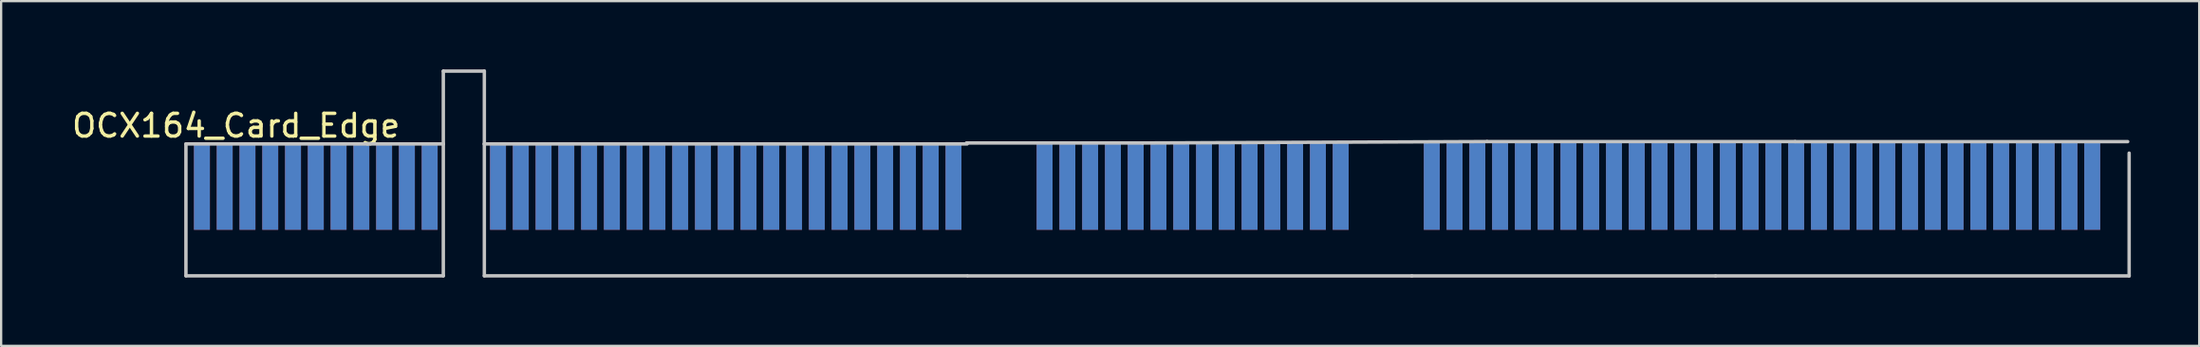
<source format=kicad_pcb>
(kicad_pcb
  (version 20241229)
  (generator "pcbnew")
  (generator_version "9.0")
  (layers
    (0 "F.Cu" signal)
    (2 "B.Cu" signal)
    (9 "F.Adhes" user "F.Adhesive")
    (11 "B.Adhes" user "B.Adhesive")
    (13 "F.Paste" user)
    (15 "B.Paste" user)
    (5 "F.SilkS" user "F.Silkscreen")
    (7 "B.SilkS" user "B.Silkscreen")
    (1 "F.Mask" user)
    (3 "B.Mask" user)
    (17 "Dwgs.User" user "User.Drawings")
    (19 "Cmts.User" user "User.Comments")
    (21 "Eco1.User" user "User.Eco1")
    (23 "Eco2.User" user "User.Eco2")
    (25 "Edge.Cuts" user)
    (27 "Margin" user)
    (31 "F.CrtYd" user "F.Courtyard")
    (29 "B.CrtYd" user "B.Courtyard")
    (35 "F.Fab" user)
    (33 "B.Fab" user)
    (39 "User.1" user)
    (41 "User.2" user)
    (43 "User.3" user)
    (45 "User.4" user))
  (footprint "OCX164_Card_Edge"
    (layer "F.Cu")
    (at 5.815 5.775)
    (property "Reference" "OCX164_Card_Edge" (at 1.5 -3.3 0) (layer "F.SilkS") (effects (font (size 1 1) (thickness 0.15))))
    (attr through_hole)
    (fp_line (start -0.701 -2.499) (end 10.6 -2.499) (stroke (width 0.15) (type solid)) (layer "Dwgs.User"))
    (fp_line (start -0.701 3.299) (end -0.701 -2.499) (stroke (width 0.15) (type solid)) (layer "Dwgs.User"))
    (fp_line (start 10.6 -5.7) (end 12.401 -5.7) (stroke (width 0.15) (type solid)) (layer "Dwgs.User"))
    (fp_line (start 10.6 -2.499) (end 10.6 -5.7) (stroke (width 0.15) (type solid)) (layer "Dwgs.User"))
    (fp_line (start 10.6 -2.499) (end 10.6 3.299) (stroke (width 0.15) (type solid)) (layer "Dwgs.User"))
    (fp_line (start 10.6 3.299) (end -0.701 3.299) (stroke (width 0.15) (type solid)) (layer "Dwgs.User"))
    (fp_line (start 12.401 -5.7) (end 12.401 -2.499) (stroke (width 0.15) (type solid)) (layer "Dwgs.User"))
    (fp_line (start 12.401 -2.499) (end 12.401 3.299) (stroke (width 0.15) (type solid)) (layer "Dwgs.User"))
    (fp_line (start 12.401 3.299) (end 33.6 3.299) (stroke (width 0.15) (type solid)) (layer "Dwgs.User"))
    (fp_line (start 33.566 -2.54) (end 41.313 -2.54) (stroke (width 0.15) (type solid)) (layer "Dwgs.User"))
    (fp_line (start 33.6 -2.499) (end 12.401 -2.499) (stroke (width 0.15) (type solid)) (layer "Dwgs.User"))
    (fp_line (start 33.63 3.302) (end 53.124 3.302) (stroke (width 0.15) (type solid)) (layer "Dwgs.User"))
    (fp_line (start 41.313 -2.54) (end 56.426 -2.603) (stroke (width 0.15) (type solid)) (layer "Dwgs.User"))
    (fp_line (start 53.124 3.302) (end 66.46 3.302) (stroke (width 0.15) (type solid)) (layer "Dwgs.User"))
    (fp_line (start 56.426 -2.603) (end 69.952 -2.603) (stroke (width 0.15) (type solid)) (layer "Dwgs.User"))
    (fp_line (start 66.46 3.302) (end 84.621 3.302) (stroke (width 0.15) (type solid)) (layer "Dwgs.User"))
    (fp_line (start 69.952 -2.6) (end 84.557 -2.6) (stroke (width 0.15) (type solid)) (layer "Dwgs.User"))
    (fp_line (start 84.62 3.302) (end 84.62 -2.095) (stroke (width 0.15) (type solid)) (layer "Dwgs.User"))
    (pad "A01" connect rect (at 0 0) (size 0.7 3.85) (drill (offset 0 -0.65)) (layers "B.Cu" "B.Mask"))
    (pad "A02" connect rect (at 1 0) (size 0.7 3.85) (drill (offset 0 -0.65)) (layers "B.Cu" "B.Mask"))
    (pad "A03" connect rect (at 2 0) (size 0.7 3.85) (drill (offset 0 -0.65)) (layers "B.Cu" "B.Mask"))
    (pad "A04" connect rect (at 3 0) (size 0.7 3.85) (drill (offset 0 -0.65)) (layers "B.Cu" "B.Mask"))
    (pad "A05" connect rect (at 4 0) (size 0.7 3.85) (drill (offset 0 -0.65)) (layers "B.Cu" "B.Mask"))
    (pad "A06" connect rect (at 5 0) (size 0.7 3.85) (drill (offset 0 -0.65)) (layers "B.Cu" "B.Mask"))
    (pad "A07" connect rect (at 6 0) (size 0.7 3.85) (drill (offset 0 -0.65)) (layers "B.Cu" "B.Mask"))
    (pad "A08" connect rect (at 7 0) (size 0.7 3.85) (drill (offset 0 -0.65)) (layers "B.Cu" "B.Mask"))
    (pad "A09" connect rect (at 8 0) (size 0.7 3.85) (drill (offset 0 -0.65)) (layers "B.Cu" "B.Mask"))
    (pad "A10" connect rect (at 9 0) (size 0.7 3.85) (drill (offset 0 -0.65)) (layers "B.Cu" "B.Mask"))
    (pad "A11" connect rect (at 10 0) (size 0.7 3.85) (drill (offset 0 -0.65)) (layers "B.Cu" "B.Mask"))
    (pad "A12" connect rect (at 13 0) (size 0.7 3.85) (drill (offset 0 -0.65)) (layers "B.Cu" "B.Mask"))
    (pad "A13" connect rect (at 14 0) (size 0.7 3.85) (drill (offset 0 -0.65)) (layers "B.Cu" "B.Mask"))
    (pad "A14" connect rect (at 15 0) (size 0.7 3.85) (drill (offset 0 -0.65)) (layers "B.Cu" "B.Mask"))
    (pad "A15" connect rect (at 16 0) (size 0.7 3.85) (drill (offset 0 -0.65)) (layers "B.Cu" "B.Mask"))
    (pad "A16" connect rect (at 17 0) (size 0.7 3.85) (drill (offset 0 -0.65)) (layers "B.Cu" "B.Mask"))
    (pad "A17" connect rect (at 18 0) (size 0.7 3.85) (drill (offset 0 -0.65)) (layers "B.Cu" "B.Mask"))
    (pad "A18" connect rect (at 19 0) (size 0.7 3.85) (drill (offset 0 -0.65)) (layers "B.Cu" "B.Mask"))
    (pad "A19" connect rect (at 20 0) (size 0.7 3.85) (drill (offset 0 -0.65)) (layers "B.Cu" "B.Mask"))
    (pad "A20" connect rect (at 21 0) (size 0.7 3.85) (drill (offset 0 -0.65)) (layers "B.Cu" "B.Mask"))
    (pad "A21" connect rect (at 22 0) (size 0.7 3.85) (drill (offset 0 -0.65)) (layers "B.Cu" "B.Mask"))
    (pad "A22" connect rect (at 23 0) (size 0.7 3.85) (drill (offset 0 -0.65)) (layers "B.Cu" "B.Mask"))
    (pad "A23" connect rect (at 24 0) (size 0.7 3.85) (drill (offset 0 -0.65)) (layers "B.Cu" "B.Mask"))
    (pad "A24" connect rect (at 25 0) (size 0.7 3.85) (drill (offset 0 -0.65)) (layers "B.Cu" "B.Mask"))
    (pad "A25" connect rect (at 26 0) (size 0.7 3.85) (drill (offset 0 -0.65)) (layers "B.Cu" "B.Mask"))
    (pad "A26" connect rect (at 27 0) (size 0.7 3.85) (drill (offset 0 -0.65)) (layers "B.Cu" "B.Mask"))
    (pad "A27" connect rect (at 28 0) (size 0.7 3.85) (drill (offset 0 -0.65)) (layers "B.Cu" "B.Mask"))
    (pad "A28" connect rect (at 29 0) (size 0.7 3.85) (drill (offset 0 -0.65)) (layers "B.Cu" "B.Mask"))
    (pad "A29" connect rect (at 30 0) (size 0.7 3.85) (drill (offset 0 -0.65)) (layers "B.Cu" "B.Mask"))
    (pad "A30" connect rect (at 31 0) (size 0.7 3.85) (drill (offset 0 -0.65)) (layers "B.Cu" "B.Mask"))
    (pad "A31" connect rect (at 32 0) (size 0.7 3.85) (drill (offset 0 -0.65)) (layers "B.Cu" "B.Mask"))
    (pad "A32" connect rect (at 33 0) (size 0.7 3.85) (drill (offset 0 -0.65)) (layers "B.Cu" "B.Mask"))
    (pad "A36" connect rect (at 37 0) (size 0.7 3.85) (drill (offset 0 -0.65)) (layers "B.Cu" "B.Mask"))
    (pad "A37" connect rect (at 38 0) (size 0.7 3.85) (drill (offset 0 -0.65)) (layers "B.Cu" "B.Mask"))
    (pad "A38" connect rect (at 39 0) (size 0.7 3.85) (drill (offset 0 -0.65)) (layers "B.Cu" "B.Mask"))
    (pad "A39" connect rect (at 40 0) (size 0.7 3.85) (drill (offset 0 -0.65)) (layers "B.Cu" "B.Mask"))
    (pad "A40" connect rect (at 41 0) (size 0.7 3.85) (drill (offset 0 -0.65)) (layers "B.Cu" "B.Mask"))
    (pad "A41" connect rect (at 42 0) (size 0.7 3.85) (drill (offset 0 -0.65)) (layers "B.Cu" "B.Mask"))
    (pad "A42" connect rect (at 43 0) (size 0.7 3.85) (drill (offset 0 -0.65)) (layers "B.Cu" "B.Mask"))
    (pad "A43" connect rect (at 44 0) (size 0.7 3.85) (drill (offset 0 -0.65)) (layers "B.Cu" "B.Mask"))
    (pad "A44" connect rect (at 45 0) (size 0.7 3.85) (drill (offset 0 -0.65)) (layers "B.Cu" "B.Mask"))
    (pad "A45" connect rect (at 46 0) (size 0.7 3.85) (drill (offset 0 -0.65)) (layers "B.Cu" "B.Mask"))
    (pad "A46" connect rect (at 47 0) (size 0.7 3.85) (drill (offset 0 -0.65)) (layers "B.Cu" "B.Mask"))
    (pad "A47" connect rect (at 48 0) (size 0.7 3.85) (drill (offset 0 -0.65)) (layers "B.Cu" "B.Mask"))
    (pad "A48" connect rect (at 49 0) (size 0.7 3.85) (drill (offset 0 -0.65)) (layers "B.Cu" "B.Mask"))
    (pad "A49" connect rect (at 50 0) (size 0.7 3.85) (drill (offset 0 -0.65)) (layers "B.Cu" "B.Mask"))
    (pad "A53" connect rect (at 54 0) (size 0.7 3.85) (drill (offset 0 -0.65)) (layers "B.Cu" "B.Mask"))
    (pad "A54" connect rect (at 55 0) (size 0.7 3.85) (drill (offset 0 -0.65)) (layers "B.Cu" "B.Mask"))
    (pad "A55" connect rect (at 56 0) (size 0.7 3.85) (drill (offset 0 -0.65)) (layers "B.Cu" "B.Mask"))
    (pad "A56" connect rect (at 57 0) (size 0.7 3.85) (drill (offset 0 -0.65)) (layers "B.Cu" "B.Mask"))
    (pad "A57" connect rect (at 58 0) (size 0.7 3.85) (drill (offset 0 -0.65)) (layers "B.Cu" "B.Mask"))
    (pad "A58" connect rect (at 59 0) (size 0.7 3.85) (drill (offset 0 -0.65)) (layers "B.Cu" "B.Mask"))
    (pad "A59" connect rect (at 60 0) (size 0.7 3.85) (drill (offset 0 -0.65)) (layers "B.Cu" "B.Mask"))
    (pad "A60" connect rect (at 61 0) (size 0.7 3.85) (drill (offset 0 -0.65)) (layers "B.Cu" "B.Mask"))
    (pad "A61" connect rect (at 62 0) (size 0.7 3.85) (drill (offset 0 -0.65)) (layers "B.Cu" "B.Mask"))
    (pad "A62" connect rect (at 63 0) (size 0.7 3.85) (drill (offset 0 -0.65)) (layers "B.Cu" "B.Mask"))
    (pad "A63" connect rect (at 64 0) (size 0.7 3.85) (drill (offset 0 -0.65)) (layers "B.Cu" "B.Mask"))
    (pad "A64" connect rect (at 65 0) (size 0.7 3.85) (drill (offset 0 -0.65)) (layers "B.Cu" "B.Mask"))
    (pad "A65" connect rect (at 66 0) (size 0.7 3.85) (drill (offset 0 -0.65)) (layers "B.Cu" "B.Mask"))
    (pad "A66" connect rect (at 67 0) (size 0.7 3.85) (drill (offset 0 -0.65)) (layers "B.Cu" "B.Mask"))
    (pad "A67" connect rect (at 68 0) (size 0.7 3.85) (drill (offset 0 -0.65)) (layers "B.Cu" "B.Mask"))
    (pad "A68" connect rect (at 69 0) (size 0.7 3.85) (drill (offset 0 -0.65)) (layers "B.Cu" "B.Mask"))
    (pad "A69" connect rect (at 70 0) (size 0.7 3.85) (drill (offset 0 -0.65)) (layers "B.Cu" "B.Mask"))
    (pad "A70" connect rect (at 71 0) (size 0.7 3.85) (drill (offset 0 -0.65)) (layers "B.Cu" "B.Mask"))
    (pad "A71" connect rect (at 72 0) (size 0.7 3.85) (drill (offset 0 -0.65)) (layers "B.Cu" "B.Mask"))
    (pad "A72" connect rect (at 73 0) (size 0.7 3.85) (drill (offset 0 -0.65)) (layers "B.Cu" "B.Mask"))
    (pad "A73" connect rect (at 74 0) (size 0.7 3.85) (drill (offset 0 -0.65)) (layers "B.Cu" "B.Mask"))
    (pad "A74" connect rect (at 75 0) (size 0.7 3.85) (drill (offset 0 -0.65)) (layers "B.Cu" "B.Mask"))
    (pad "A75" connect rect (at 76 0) (size 0.7 3.85) (drill (offset 0 -0.65)) (layers "B.Cu" "B.Mask"))
    (pad "A76" connect rect (at 77 0) (size 0.7 3.85) (drill (offset 0 -0.65)) (layers "B.Cu" "B.Mask"))
    (pad "A77" connect rect (at 78 0) (size 0.7 3.85) (drill (offset 0 -0.65)) (layers "B.Cu" "B.Mask"))
    (pad "A78" connect rect (at 79 0) (size 0.7 3.85) (drill (offset 0 -0.65)) (layers "B.Cu" "B.Mask"))
    (pad "A79" connect rect (at 80 0) (size 0.7 3.85) (drill (offset 0 -0.65)) (layers "B.Cu" "B.Mask"))
    (pad "A80" connect rect (at 81 0) (size 0.7 3.85) (drill (offset 0 -0.65)) (layers "B.Cu" "B.Mask"))
    (pad "A81" connect rect (at 82 0) (size 0.7 3.85) (drill (offset 0 -0.65)) (layers "B.Cu" "B.Mask"))
    (pad "A82" connect rect (at 83 0) (size 0.7 3.85) (drill (offset 0 -0.65)) (layers "B.Cu" "B.Mask"))
    (pad "B01" connect rect (at 0 0) (size 0.7 3.85) (drill (offset 0 -0.65)) (layers "F.Cu" "F.Mask"))
    (pad "B02" connect rect (at 1 0) (size 0.7 3.85) (drill (offset 0 -0.65)) (layers "F.Cu" "F.Mask"))
    (pad "B03" connect rect (at 2 0) (size 0.7 3.85) (drill (offset 0 -0.65)) (layers "F.Cu" "F.Mask"))
    (pad "B04" connect rect (at 3 0) (size 0.7 3.85) (drill (offset 0 -0.65)) (layers "F.Cu" "F.Mask"))
    (pad "B05" connect rect (at 4 0) (size 0.7 3.85) (drill (offset 0 -0.65)) (layers "F.Cu" "F.Mask"))
    (pad "B06" connect rect (at 5 0) (size 0.7 3.85) (drill (offset 0 -0.65)) (layers "F.Cu" "F.Mask"))
    (pad "B07" connect rect (at 6 0) (size 0.7 3.85) (drill (offset 0 -0.65)) (layers "F.Cu" "F.Mask"))
    (pad "B08" connect rect (at 7 0) (size 0.7 3.85) (drill (offset 0 -0.65)) (layers "F.Cu" "F.Mask"))
    (pad "B09" connect rect (at 8 0) (size 0.7 3.85) (drill (offset 0 -0.65)) (layers "F.Cu" "F.Mask"))
    (pad "B10" connect rect (at 9 0) (size 0.7 3.85) (drill (offset 0 -0.65)) (layers "F.Cu" "F.Mask"))
    (pad "B11" connect rect (at 10 0) (size 0.7 3.85) (drill (offset 0 -0.65)) (layers "F.Cu" "F.Mask"))
    (pad "B12" connect rect (at 13 0) (size 0.7 3.85) (drill (offset 0 -0.65)) (layers "F.Cu" "F.Mask"))
    (pad "B13" connect rect (at 14 0) (size 0.7 3.85) (drill (offset 0 -0.65)) (layers "F.Cu" "F.Mask"))
    (pad "B14" connect rect (at 15 0) (size 0.7 3.85) (drill (offset 0 -0.65)) (layers "F.Cu" "F.Mask"))
    (pad "B15" connect rect (at 16 0) (size 0.7 3.85) (drill (offset 0 -0.65)) (layers "F.Cu" "F.Mask"))
    (pad "B16" connect rect (at 17 0) (size 0.7 3.85) (drill (offset 0 -0.65)) (layers "F.Cu" "F.Mask"))
    (pad "B17" connect rect (at 18 0) (size 0.7 3.85) (drill (offset 0 -0.65)) (layers "F.Cu" "F.Mask"))
    (pad "B18" connect rect (at 19 0) (size 0.7 3.85) (drill (offset 0 -0.65)) (layers "F.Cu" "F.Mask"))
    (pad "B19" connect rect (at 20 0) (size 0.7 3.85) (drill (offset 0 -0.65)) (layers "F.Cu" "F.Mask"))
    (pad "B20" connect rect (at 21 0) (size 0.7 3.85) (drill (offset 0 -0.65)) (layers "F.Cu" "F.Mask"))
    (pad "B21" connect rect (at 22 0) (size 0.7 3.85) (drill (offset 0 -0.65)) (layers "F.Cu" "F.Mask"))
    (pad "B22" connect rect (at 23 0) (size 0.7 3.85) (drill (offset 0 -0.65)) (layers "F.Cu" "F.Mask"))
    (pad "B23" connect rect (at 24 0) (size 0.7 3.85) (drill (offset 0 -0.65)) (layers "F.Cu" "F.Mask"))
    (pad "B24" connect rect (at 25 0) (size 0.7 3.85) (drill (offset 0 -0.65)) (layers "F.Cu" "F.Mask"))
    (pad "B25" connect rect (at 26 0) (size 0.7 3.85) (drill (offset 0 -0.65)) (layers "F.Cu" "F.Mask"))
    (pad "B26" connect rect (at 27 0) (size 0.7 3.85) (drill (offset 0 -0.65)) (layers "F.Cu" "F.Mask"))
    (pad "B27" connect rect (at 28 0) (size 0.7 3.85) (drill (offset 0 -0.65)) (layers "F.Cu" "F.Mask"))
    (pad "B28" connect rect (at 29 0) (size 0.7 3.85) (drill (offset 0 -0.65)) (layers "F.Cu" "F.Mask"))
    (pad "B29" connect rect (at 30 0) (size 0.7 3.85) (drill (offset 0 -0.65)) (layers "F.Cu" "F.Mask"))
    (pad "B30" connect rect (at 31 0) (size 0.7 3.85) (drill (offset 0 -0.65)) (layers "F.Cu" "F.Mask"))
    (pad "B31" connect rect (at 32 0) (size 0.7 3.85) (drill (offset 0 -0.65)) (layers "F.Cu" "F.Mask"))
    (pad "B32" connect rect (at 33 0) (size 0.7 3.85) (drill (offset 0 -0.65)) (layers "F.Cu" "F.Mask"))
    (pad "B36" connect rect (at 37 0) (size 0.7 3.85) (drill (offset 0 -0.65)) (layers "F.Cu" "F.Mask"))
    (pad "B37" connect rect (at 38 0) (size 0.7 3.85) (drill (offset 0 -0.65)) (layers "F.Cu" "F.Mask"))
    (pad "B38" connect rect (at 39 0) (size 0.7 3.85) (drill (offset 0 -0.65)) (layers "F.Cu" "F.Mask"))
    (pad "B39" connect rect (at 40 0) (size 0.7 3.85) (drill (offset 0 -0.65)) (layers "F.Cu" "F.Mask"))
    (pad "B40" connect rect (at 41 0) (size 0.7 3.85) (drill (offset 0 -0.65)) (layers "F.Cu" "F.Mask"))
    (pad "B41" connect rect (at 42 0) (size 0.7 3.85) (drill (offset 0 -0.65)) (layers "F.Cu" "F.Mask"))
    (pad "B42" connect rect (at 43 0) (size 0.7 3.85) (drill (offset 0 -0.65)) (layers "F.Cu" "F.Mask"))
    (pad "B43" connect rect (at 44 0) (size 0.7 3.85) (drill (offset 0 -0.65)) (layers "F.Cu" "F.Mask"))
    (pad "B44" connect rect (at 45 0) (size 0.7 3.85) (drill (offset 0 -0.65)) (layers "F.Cu" "F.Mask"))
    (pad "B45" connect rect (at 46 0) (size 0.7 3.85) (drill (offset 0 -0.65)) (layers "F.Cu" "F.Mask"))
    (pad "B46" connect rect (at 47 0) (size 0.7 3.85) (drill (offset 0 -0.65)) (layers "F.Cu" "F.Mask"))
    (pad "B47" connect rect (at 48 0) (size 0.7 3.85) (drill (offset 0 -0.65)) (layers "F.Cu" "F.Mask"))
    (pad "B48" connect rect (at 49 0) (size 0.7 3.85) (drill (offset 0 -0.65)) (layers "F.Cu" "F.Mask"))
    (pad "B49" connect rect (at 50 0) (size 0.7 3.85) (drill (offset 0 -0.65)) (layers "F.Cu" "F.Mask"))
    (pad "B53" connect rect (at 54 0) (size 0.7 3.85) (drill (offset 0 -0.65)) (layers "F.Cu" "F.Mask"))
    (pad "B54" connect rect (at 55 0) (size 0.7 3.85) (drill (offset 0 -0.65)) (layers "F.Cu" "F.Mask"))
    (pad "B55" connect rect (at 56 0) (size 0.7 3.85) (drill (offset 0 -0.65)) (layers "F.Cu" "F.Mask"))
    (pad "B56" connect rect (at 57 0) (size 0.7 3.85) (drill (offset 0 -0.65)) (layers "F.Cu" "F.Mask"))
    (pad "B57" connect rect (at 58 0) (size 0.7 3.85) (drill (offset 0 -0.65)) (layers "F.Cu" "F.Mask"))
    (pad "B58" connect rect (at 59 0) (size 0.7 3.85) (drill (offset 0 -0.65)) (layers "F.Cu" "F.Mask"))
    (pad "B59" connect rect (at 60 0) (size 0.7 3.85) (drill (offset 0 -0.65)) (layers "F.Cu" "F.Mask"))
    (pad "B60" connect rect (at 61 0) (size 0.7 3.85) (drill (offset 0 -0.65)) (layers "F.Cu" "F.Mask"))
    (pad "B61" connect rect (at 62 0) (size 0.7 3.85) (drill (offset 0 -0.65)) (layers "F.Cu" "F.Mask"))
    (pad "B62" connect rect (at 63 0) (size 0.7 3.85) (drill (offset 0 -0.65)) (layers "F.Cu" "F.Mask"))
    (pad "B63" connect rect (at 64 0) (size 0.7 3.85) (drill (offset 0 -0.65)) (layers "F.Cu" "F.Mask"))
    (pad "B64" connect rect (at 65 0) (size 0.7 3.85) (drill (offset 0 -0.65)) (layers "F.Cu" "F.Mask"))
    (pad "B65" connect rect (at 66 0) (size 0.7 3.85) (drill (offset 0 -0.65)) (layers "F.Cu" "F.Mask"))
    (pad "B66" connect rect (at 67 0) (size 0.7 3.85) (drill (offset 0 -0.65)) (layers "F.Cu" "F.Mask"))
    (pad "B67" connect rect (at 68 0) (size 0.7 3.85) (drill (offset 0 -0.65)) (layers "F.Cu" "F.Mask"))
    (pad "B68" connect rect (at 69 0) (size 0.7 3.85) (drill (offset 0 -0.65)) (layers "F.Cu" "F.Mask"))
    (pad "B69" connect rect (at 70 0) (size 0.7 3.85) (drill (offset 0 -0.65)) (layers "F.Cu" "F.Mask"))
    (pad "B70" connect rect (at 71 0) (size 0.7 3.85) (drill (offset 0 -0.65)) (layers "F.Cu" "F.Mask"))
    (pad "B71" connect rect (at 72 0) (size 0.7 3.85) (drill (offset 0 -0.65)) (layers "F.Cu" "F.Mask"))
    (pad "B72" connect rect (at 73 0) (size 0.7 3.85) (drill (offset 0 -0.65)) (layers "F.Cu" "F.Mask"))
    (pad "B73" connect rect (at 74 0) (size 0.7 3.85) (drill (offset 0 -0.65)) (layers "F.Cu" "F.Mask"))
    (pad "B74" connect rect (at 75 0) (size 0.7 3.85) (drill (offset 0 -0.65)) (layers "F.Cu" "F.Mask"))
    (pad "B75" connect rect (at 76 0) (size 0.7 3.85) (drill (offset 0 -0.65)) (layers "F.Cu" "F.Mask"))
    (pad "B76" connect rect (at 77 0) (size 0.7 3.85) (drill (offset 0 -0.65)) (layers "F.Cu" "F.Mask"))
    (pad "B77" connect rect (at 78 0) (size 0.7 3.85) (drill (offset 0 -0.65)) (layers "F.Cu" "F.Mask"))
    (pad "B78" connect rect (at 79 0) (size 0.7 3.85) (drill (offset 0 -0.65)) (layers "F.Cu" "F.Mask"))
    (pad "B79" connect rect (at 80 0) (size 0.7 3.85) (drill (offset 0 -0.65)) (layers "F.Cu" "F.Mask"))
    (pad "B80" connect rect (at 81 0) (size 0.7 3.85) (drill (offset 0 -0.65)) (layers "F.Cu" "F.Mask"))
    (pad "B81" connect rect (at 82 0) (size 0.7 3.85) (drill (offset 0 -0.65)) (layers "F.Cu" "F.Mask"))
    (pad "B82" connect rect (at 83 0) (size 0.7 3.85) (drill (offset 0 -0.65)) (layers "F.Cu" "F.Mask")))
  (gr_rect
    (start -3 -3)
    (end 93.511 12.152)
    (stroke (width 0.1) (type default))
    (fill no)
    (layer "Edge.Cuts")))
</source>
